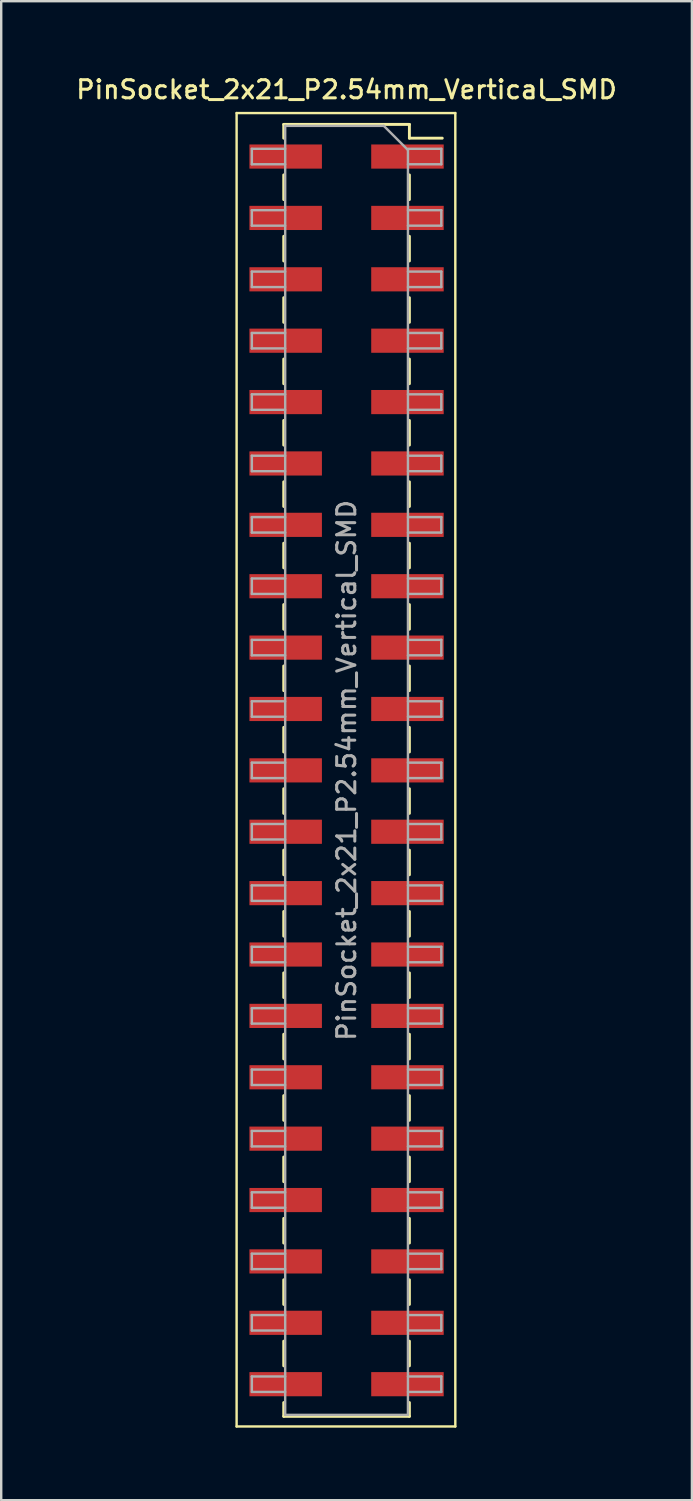
<source format=kicad_pcb>
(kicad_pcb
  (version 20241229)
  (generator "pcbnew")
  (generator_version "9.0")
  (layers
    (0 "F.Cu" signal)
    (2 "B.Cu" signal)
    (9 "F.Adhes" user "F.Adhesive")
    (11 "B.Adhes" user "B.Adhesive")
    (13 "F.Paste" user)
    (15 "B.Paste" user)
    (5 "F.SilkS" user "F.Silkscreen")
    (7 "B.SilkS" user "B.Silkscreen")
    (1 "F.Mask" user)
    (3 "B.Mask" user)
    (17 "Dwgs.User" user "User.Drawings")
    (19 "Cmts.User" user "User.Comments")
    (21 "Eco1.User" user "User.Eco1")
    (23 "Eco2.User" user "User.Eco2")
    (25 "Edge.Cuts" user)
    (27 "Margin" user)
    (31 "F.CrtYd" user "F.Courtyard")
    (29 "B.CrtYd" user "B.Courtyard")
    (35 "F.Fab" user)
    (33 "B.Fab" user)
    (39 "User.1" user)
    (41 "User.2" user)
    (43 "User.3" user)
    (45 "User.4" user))
  (footprint "PinSocket_2x21_P2.54mm_Vertical_SMD"
    (layer "F.Cu")
    (at 11.291 28.828)
    (property "Reference" "PinSocket_2x21_P2.54mm_Vertical_SMD" (at 0 -28.17 0) (layer "F.SilkS") (effects (font (size 0.75 0.75) (thickness 0.125))))
    (attr smd)
    (fp_line (start -4.55 -27.2) (end 4.5 -27.2) (stroke (width 0.1) (type solid)) (layer "F.SilkS"))
    (fp_line (start -4.55 27.15) (end -4.55 -27.2) (stroke (width 0.1) (type solid)) (layer "F.SilkS"))
    (fp_line (start -2.6 -26.73) (end -2.6 -26.16) (stroke (width 0.12) (type solid)) (layer "F.SilkS"))
    (fp_line (start -2.6 -26.73) (end 2.6 -26.73) (stroke (width 0.12) (type solid)) (layer "F.SilkS"))
    (fp_line (start -2.6 -24.64) (end -2.6 -23.62) (stroke (width 0.12) (type solid)) (layer "F.SilkS"))
    (fp_line (start -2.6 -22.1) (end -2.6 -21.08) (stroke (width 0.12) (type solid)) (layer "F.SilkS"))
    (fp_line (start -2.6 -19.56) (end -2.6 -18.54) (stroke (width 0.12) (type solid)) (layer "F.SilkS"))
    (fp_line (start -2.6 -17.02) (end -2.6 -16) (stroke (width 0.12) (type solid)) (layer "F.SilkS"))
    (fp_line (start -2.6 -14.48) (end -2.6 -13.46) (stroke (width 0.12) (type solid)) (layer "F.SilkS"))
    (fp_line (start -2.6 -11.94) (end -2.6 -10.92) (stroke (width 0.12) (type solid)) (layer "F.SilkS"))
    (fp_line (start -2.6 -9.4) (end -2.6 -8.38) (stroke (width 0.12) (type solid)) (layer "F.SilkS"))
    (fp_line (start -2.6 -6.86) (end -2.6 -5.84) (stroke (width 0.12) (type solid)) (layer "F.SilkS"))
    (fp_line (start -2.6 -4.32) (end -2.6 -3.3) (stroke (width 0.12) (type solid)) (layer "F.SilkS"))
    (fp_line (start -2.6 -1.78) (end -2.6 -0.76) (stroke (width 0.12) (type solid)) (layer "F.SilkS"))
    (fp_line (start -2.6 0.76) (end -2.6 1.78) (stroke (width 0.12) (type solid)) (layer "F.SilkS"))
    (fp_line (start -2.6 3.3) (end -2.6 4.32) (stroke (width 0.12) (type solid)) (layer "F.SilkS"))
    (fp_line (start -2.6 5.84) (end -2.6 6.86) (stroke (width 0.12) (type solid)) (layer "F.SilkS"))
    (fp_line (start -2.6 8.38) (end -2.6 9.4) (stroke (width 0.12) (type solid)) (layer "F.SilkS"))
    (fp_line (start -2.6 10.92) (end -2.6 11.94) (stroke (width 0.12) (type solid)) (layer "F.SilkS"))
    (fp_line (start -2.6 13.46) (end -2.6 14.48) (stroke (width 0.12) (type solid)) (layer "F.SilkS"))
    (fp_line (start -2.6 16) (end -2.6 17.02) (stroke (width 0.12) (type solid)) (layer "F.SilkS"))
    (fp_line (start -2.6 18.54) (end -2.6 19.56) (stroke (width 0.12) (type solid)) (layer "F.SilkS"))
    (fp_line (start -2.6 21.08) (end -2.6 22.1) (stroke (width 0.12) (type solid)) (layer "F.SilkS"))
    (fp_line (start -2.6 23.62) (end -2.6 24.64) (stroke (width 0.12) (type solid)) (layer "F.SilkS"))
    (fp_line (start -2.6 26.16) (end -2.6 26.73) (stroke (width 0.12) (type solid)) (layer "F.SilkS"))
    (fp_line (start -2.6 26.73) (end 2.6 26.73) (stroke (width 0.12) (type solid)) (layer "F.SilkS"))
    (fp_line (start 2.6 -26.73) (end 2.6 -26.16) (stroke (width 0.12) (type solid)) (layer "F.SilkS"))
    (fp_line (start 2.6 -26.16) (end 3.96 -26.16) (stroke (width 0.12) (type solid)) (layer "F.SilkS"))
    (fp_line (start 2.6 -24.64) (end 2.6 -23.62) (stroke (width 0.12) (type solid)) (layer "F.SilkS"))
    (fp_line (start 2.6 -22.1) (end 2.6 -21.08) (stroke (width 0.12) (type solid)) (layer "F.SilkS"))
    (fp_line (start 2.6 -19.56) (end 2.6 -18.54) (stroke (width 0.12) (type solid)) (layer "F.SilkS"))
    (fp_line (start 2.6 -17.02) (end 2.6 -16) (stroke (width 0.12) (type solid)) (layer "F.SilkS"))
    (fp_line (start 2.6 -14.48) (end 2.6 -13.46) (stroke (width 0.12) (type solid)) (layer "F.SilkS"))
    (fp_line (start 2.6 -11.94) (end 2.6 -10.92) (stroke (width 0.12) (type solid)) (layer "F.SilkS"))
    (fp_line (start 2.6 -9.4) (end 2.6 -8.38) (stroke (width 0.12) (type solid)) (layer "F.SilkS"))
    (fp_line (start 2.6 -6.86) (end 2.6 -5.84) (stroke (width 0.12) (type solid)) (layer "F.SilkS"))
    (fp_line (start 2.6 -4.32) (end 2.6 -3.3) (stroke (width 0.12) (type solid)) (layer "F.SilkS"))
    (fp_line (start 2.6 -1.78) (end 2.6 -0.76) (stroke (width 0.12) (type solid)) (layer "F.SilkS"))
    (fp_line (start 2.6 0.76) (end 2.6 1.78) (stroke (width 0.12) (type solid)) (layer "F.SilkS"))
    (fp_line (start 2.6 3.3) (end 2.6 4.32) (stroke (width 0.12) (type solid)) (layer "F.SilkS"))
    (fp_line (start 2.6 5.84) (end 2.6 6.86) (stroke (width 0.12) (type solid)) (layer "F.SilkS"))
    (fp_line (start 2.6 8.38) (end 2.6 9.4) (stroke (width 0.12) (type solid)) (layer "F.SilkS"))
    (fp_line (start 2.6 10.92) (end 2.6 11.94) (stroke (width 0.12) (type solid)) (layer "F.SilkS"))
    (fp_line (start 2.6 13.46) (end 2.6 14.48) (stroke (width 0.12) (type solid)) (layer "F.SilkS"))
    (fp_line (start 2.6 16) (end 2.6 17.02) (stroke (width 0.12) (type solid)) (layer "F.SilkS"))
    (fp_line (start 2.6 18.54) (end 2.6 19.56) (stroke (width 0.12) (type solid)) (layer "F.SilkS"))
    (fp_line (start 2.6 21.08) (end 2.6 22.1) (stroke (width 0.12) (type solid)) (layer "F.SilkS"))
    (fp_line (start 2.6 23.62) (end 2.6 24.64) (stroke (width 0.12) (type solid)) (layer "F.SilkS"))
    (fp_line (start 2.6 26.16) (end 2.6 26.73) (stroke (width 0.12) (type solid)) (layer "F.SilkS"))
    (fp_line (start 4.5 -27.2) (end 4.5 27.15) (stroke (width 0.1) (type solid)) (layer "F.SilkS"))
    (fp_line (start 4.5 27.15) (end -4.55 27.15) (stroke (width 0.1) (type solid)) (layer "F.SilkS"))
    (fp_line (start -3.92 -25.72) (end -2.54 -25.72) (stroke (width 0.1) (type solid)) (layer "F.Fab"))
    (fp_line (start -3.92 -25.08) (end -3.92 -25.72) (stroke (width 0.1) (type solid)) (layer "F.Fab"))
    (fp_line (start -3.92 -23.18) (end -2.54 -23.18) (stroke (width 0.1) (type solid)) (layer "F.Fab"))
    (fp_line (start -3.92 -22.54) (end -3.92 -23.18) (stroke (width 0.1) (type solid)) (layer "F.Fab"))
    (fp_line (start -3.92 -20.64) (end -2.54 -20.64) (stroke (width 0.1) (type solid)) (layer "F.Fab"))
    (fp_line (start -3.92 -20) (end -3.92 -20.64) (stroke (width 0.1) (type solid)) (layer "F.Fab"))
    (fp_line (start -3.92 -18.1) (end -2.54 -18.1) (stroke (width 0.1) (type solid)) (layer "F.Fab"))
    (fp_line (start -3.92 -17.46) (end -3.92 -18.1) (stroke (width 0.1) (type solid)) (layer "F.Fab"))
    (fp_line (start -3.92 -15.56) (end -2.54 -15.56) (stroke (width 0.1) (type solid)) (layer "F.Fab"))
    (fp_line (start -3.92 -14.92) (end -3.92 -15.56) (stroke (width 0.1) (type solid)) (layer "F.Fab"))
    (fp_line (start -3.92 -13.02) (end -2.54 -13.02) (stroke (width 0.1) (type solid)) (layer "F.Fab"))
    (fp_line (start -3.92 -12.38) (end -3.92 -13.02) (stroke (width 0.1) (type solid)) (layer "F.Fab"))
    (fp_line (start -3.92 -10.48) (end -2.54 -10.48) (stroke (width 0.1) (type solid)) (layer "F.Fab"))
    (fp_line (start -3.92 -9.84) (end -3.92 -10.48) (stroke (width 0.1) (type solid)) (layer "F.Fab"))
    (fp_line (start -3.92 -7.94) (end -2.54 -7.94) (stroke (width 0.1) (type solid)) (layer "F.Fab"))
    (fp_line (start -3.92 -7.3) (end -3.92 -7.94) (stroke (width 0.1) (type solid)) (layer "F.Fab"))
    (fp_line (start -3.92 -5.4) (end -2.54 -5.4) (stroke (width 0.1) (type solid)) (layer "F.Fab"))
    (fp_line (start -3.92 -4.76) (end -3.92 -5.4) (stroke (width 0.1) (type solid)) (layer "F.Fab"))
    (fp_line (start -3.92 -2.86) (end -2.54 -2.86) (stroke (width 0.1) (type solid)) (layer "F.Fab"))
    (fp_line (start -3.92 -2.22) (end -3.92 -2.86) (stroke (width 0.1) (type solid)) (layer "F.Fab"))
    (fp_line (start -3.92 -0.32) (end -2.54 -0.32) (stroke (width 0.1) (type solid)) (layer "F.Fab"))
    (fp_line (start -3.92 0.32) (end -3.92 -0.32) (stroke (width 0.1) (type solid)) (layer "F.Fab"))
    (fp_line (start -3.92 2.22) (end -2.54 2.22) (stroke (width 0.1) (type solid)) (layer "F.Fab"))
    (fp_line (start -3.92 2.86) (end -3.92 2.22) (stroke (width 0.1) (type solid)) (layer "F.Fab"))
    (fp_line (start -3.92 4.76) (end -2.54 4.76) (stroke (width 0.1) (type solid)) (layer "F.Fab"))
    (fp_line (start -3.92 5.4) (end -3.92 4.76) (stroke (width 0.1) (type solid)) (layer "F.Fab"))
    (fp_line (start -3.92 7.3) (end -2.54 7.3) (stroke (width 0.1) (type solid)) (layer "F.Fab"))
    (fp_line (start -3.92 7.94) (end -3.92 7.3) (stroke (width 0.1) (type solid)) (layer "F.Fab"))
    (fp_line (start -3.92 9.84) (end -2.54 9.84) (stroke (width 0.1) (type solid)) (layer "F.Fab"))
    (fp_line (start -3.92 10.48) (end -3.92 9.84) (stroke (width 0.1) (type solid)) (layer "F.Fab"))
    (fp_line (start -3.92 12.38) (end -2.54 12.38) (stroke (width 0.1) (type solid)) (layer "F.Fab"))
    (fp_line (start -3.92 13.02) (end -3.92 12.38) (stroke (width 0.1) (type solid)) (layer "F.Fab"))
    (fp_line (start -3.92 14.92) (end -2.54 14.92) (stroke (width 0.1) (type solid)) (layer "F.Fab"))
    (fp_line (start -3.92 15.56) (end -3.92 14.92) (stroke (width 0.1) (type solid)) (layer "F.Fab"))
    (fp_line (start -3.92 17.46) (end -2.54 17.46) (stroke (width 0.1) (type solid)) (layer "F.Fab"))
    (fp_line (start -3.92 18.1) (end -3.92 17.46) (stroke (width 0.1) (type solid)) (layer "F.Fab"))
    (fp_line (start -3.92 20) (end -2.54 20) (stroke (width 0.1) (type solid)) (layer "F.Fab"))
    (fp_line (start -3.92 20.64) (end -3.92 20) (stroke (width 0.1) (type solid)) (layer "F.Fab"))
    (fp_line (start -3.92 22.54) (end -2.54 22.54) (stroke (width 0.1) (type solid)) (layer "F.Fab"))
    (fp_line (start -3.92 23.18) (end -3.92 22.54) (stroke (width 0.1) (type solid)) (layer "F.Fab"))
    (fp_line (start -3.92 25.08) (end -2.54 25.08) (stroke (width 0.1) (type solid)) (layer "F.Fab"))
    (fp_line (start -3.92 25.72) (end -3.92 25.08) (stroke (width 0.1) (type solid)) (layer "F.Fab"))
    (fp_line (start -2.54 -26.67) (end 1.54 -26.67) (stroke (width 0.1) (type solid)) (layer "F.Fab"))
    (fp_line (start -2.54 -25.08) (end -3.92 -25.08) (stroke (width 0.1) (type solid)) (layer "F.Fab"))
    (fp_line (start -2.54 -22.54) (end -3.92 -22.54) (stroke (width 0.1) (type solid)) (layer "F.Fab"))
    (fp_line (start -2.54 -20) (end -3.92 -20) (stroke (width 0.1) (type solid)) (layer "F.Fab"))
    (fp_line (start -2.54 -17.46) (end -3.92 -17.46) (stroke (width 0.1) (type solid)) (layer "F.Fab"))
    (fp_line (start -2.54 -14.92) (end -3.92 -14.92) (stroke (width 0.1) (type solid)) (layer "F.Fab"))
    (fp_line (start -2.54 -12.38) (end -3.92 -12.38) (stroke (width 0.1) (type solid)) (layer "F.Fab"))
    (fp_line (start -2.54 -9.84) (end -3.92 -9.84) (stroke (width 0.1) (type solid)) (layer "F.Fab"))
    (fp_line (start -2.54 -7.3) (end -3.92 -7.3) (stroke (width 0.1) (type solid)) (layer "F.Fab"))
    (fp_line (start -2.54 -4.76) (end -3.92 -4.76) (stroke (width 0.1) (type solid)) (layer "F.Fab"))
    (fp_line (start -2.54 -2.22) (end -3.92 -2.22) (stroke (width 0.1) (type solid)) (layer "F.Fab"))
    (fp_line (start -2.54 0.32) (end -3.92 0.32) (stroke (width 0.1) (type solid)) (layer "F.Fab"))
    (fp_line (start -2.54 2.86) (end -3.92 2.86) (stroke (width 0.1) (type solid)) (layer "F.Fab"))
    (fp_line (start -2.54 5.4) (end -3.92 5.4) (stroke (width 0.1) (type solid)) (layer "F.Fab"))
    (fp_line (start -2.54 7.94) (end -3.92 7.94) (stroke (width 0.1) (type solid)) (layer "F.Fab"))
    (fp_line (start -2.54 10.48) (end -3.92 10.48) (stroke (width 0.1) (type solid)) (layer "F.Fab"))
    (fp_line (start -2.54 13.02) (end -3.92 13.02) (stroke (width 0.1) (type solid)) (layer "F.Fab"))
    (fp_line (start -2.54 15.56) (end -3.92 15.56) (stroke (width 0.1) (type solid)) (layer "F.Fab"))
    (fp_line (start -2.54 18.1) (end -3.92 18.1) (stroke (width 0.1) (type solid)) (layer "F.Fab"))
    (fp_line (start -2.54 20.64) (end -3.92 20.64) (stroke (width 0.1) (type solid)) (layer "F.Fab"))
    (fp_line (start -2.54 23.18) (end -3.92 23.18) (stroke (width 0.1) (type solid)) (layer "F.Fab"))
    (fp_line (start -2.54 25.72) (end -3.92 25.72) (stroke (width 0.1) (type solid)) (layer "F.Fab"))
    (fp_line (start -2.54 26.67) (end -2.54 -26.67) (stroke (width 0.1) (type solid)) (layer "F.Fab"))
    (fp_line (start 1.54 -26.67) (end 2.54 -25.67) (stroke (width 0.1) (type solid)) (layer "F.Fab"))
    (fp_line (start 2.54 -25.72) (end 3.92 -25.72) (stroke (width 0.1) (type solid)) (layer "F.Fab"))
    (fp_line (start 2.54 -25.67) (end 2.54 26.67) (stroke (width 0.1) (type solid)) (layer "F.Fab"))
    (fp_line (start 2.54 -23.18) (end 3.92 -23.18) (stroke (width 0.1) (type solid)) (layer "F.Fab"))
    (fp_line (start 2.54 -20.64) (end 3.92 -20.64) (stroke (width 0.1) (type solid)) (layer "F.Fab"))
    (fp_line (start 2.54 -18.1) (end 3.92 -18.1) (stroke (width 0.1) (type solid)) (layer "F.Fab"))
    (fp_line (start 2.54 -15.56) (end 3.92 -15.56) (stroke (width 0.1) (type solid)) (layer "F.Fab"))
    (fp_line (start 2.54 -13.02) (end 3.92 -13.02) (stroke (width 0.1) (type solid)) (layer "F.Fab"))
    (fp_line (start 2.54 -10.48) (end 3.92 -10.48) (stroke (width 0.1) (type solid)) (layer "F.Fab"))
    (fp_line (start 2.54 -7.94) (end 3.92 -7.94) (stroke (width 0.1) (type solid)) (layer "F.Fab"))
    (fp_line (start 2.54 -5.4) (end 3.92 -5.4) (stroke (width 0.1) (type solid)) (layer "F.Fab"))
    (fp_line (start 2.54 -2.86) (end 3.92 -2.86) (stroke (width 0.1) (type solid)) (layer "F.Fab"))
    (fp_line (start 2.54 -0.32) (end 3.92 -0.32) (stroke (width 0.1) (type solid)) (layer "F.Fab"))
    (fp_line (start 2.54 2.22) (end 3.92 2.22) (stroke (width 0.1) (type solid)) (layer "F.Fab"))
    (fp_line (start 2.54 4.76) (end 3.92 4.76) (stroke (width 0.1) (type solid)) (layer "F.Fab"))
    (fp_line (start 2.54 7.3) (end 3.92 7.3) (stroke (width 0.1) (type solid)) (layer "F.Fab"))
    (fp_line (start 2.54 9.84) (end 3.92 9.84) (stroke (width 0.1) (type solid)) (layer "F.Fab"))
    (fp_line (start 2.54 12.38) (end 3.92 12.38) (stroke (width 0.1) (type solid)) (layer "F.Fab"))
    (fp_line (start 2.54 14.92) (end 3.92 14.92) (stroke (width 0.1) (type solid)) (layer "F.Fab"))
    (fp_line (start 2.54 17.46) (end 3.92 17.46) (stroke (width 0.1) (type solid)) (layer "F.Fab"))
    (fp_line (start 2.54 20) (end 3.92 20) (stroke (width 0.1) (type solid)) (layer "F.Fab"))
    (fp_line (start 2.54 22.54) (end 3.92 22.54) (stroke (width 0.1) (type solid)) (layer "F.Fab"))
    (fp_line (start 2.54 25.08) (end 3.92 25.08) (stroke (width 0.1) (type solid)) (layer "F.Fab"))
    (fp_line (start 2.54 26.67) (end -2.54 26.67) (stroke (width 0.1) (type solid)) (layer "F.Fab"))
    (fp_line (start 3.92 -25.72) (end 3.92 -25.08) (stroke (width 0.1) (type solid)) (layer "F.Fab"))
    (fp_line (start 3.92 -25.08) (end 2.54 -25.08) (stroke (width 0.1) (type solid)) (layer "F.Fab"))
    (fp_line (start 3.92 -23.18) (end 3.92 -22.54) (stroke (width 0.1) (type solid)) (layer "F.Fab"))
    (fp_line (start 3.92 -22.54) (end 2.54 -22.54) (stroke (width 0.1) (type solid)) (layer "F.Fab"))
    (fp_line (start 3.92 -20.64) (end 3.92 -20) (stroke (width 0.1) (type solid)) (layer "F.Fab"))
    (fp_line (start 3.92 -20) (end 2.54 -20) (stroke (width 0.1) (type solid)) (layer "F.Fab"))
    (fp_line (start 3.92 -18.1) (end 3.92 -17.46) (stroke (width 0.1) (type solid)) (layer "F.Fab"))
    (fp_line (start 3.92 -17.46) (end 2.54 -17.46) (stroke (width 0.1) (type solid)) (layer "F.Fab"))
    (fp_line (start 3.92 -15.56) (end 3.92 -14.92) (stroke (width 0.1) (type solid)) (layer "F.Fab"))
    (fp_line (start 3.92 -14.92) (end 2.54 -14.92) (stroke (width 0.1) (type solid)) (layer "F.Fab"))
    (fp_line (start 3.92 -13.02) (end 3.92 -12.38) (stroke (width 0.1) (type solid)) (layer "F.Fab"))
    (fp_line (start 3.92 -12.38) (end 2.54 -12.38) (stroke (width 0.1) (type solid)) (layer "F.Fab"))
    (fp_line (start 3.92 -10.48) (end 3.92 -9.84) (stroke (width 0.1) (type solid)) (layer "F.Fab"))
    (fp_line (start 3.92 -9.84) (end 2.54 -9.84) (stroke (width 0.1) (type solid)) (layer "F.Fab"))
    (fp_line (start 3.92 -7.94) (end 3.92 -7.3) (stroke (width 0.1) (type solid)) (layer "F.Fab"))
    (fp_line (start 3.92 -7.3) (end 2.54 -7.3) (stroke (width 0.1) (type solid)) (layer "F.Fab"))
    (fp_line (start 3.92 -5.4) (end 3.92 -4.76) (stroke (width 0.1) (type solid)) (layer "F.Fab"))
    (fp_line (start 3.92 -4.76) (end 2.54 -4.76) (stroke (width 0.1) (type solid)) (layer "F.Fab"))
    (fp_line (start 3.92 -2.86) (end 3.92 -2.22) (stroke (width 0.1) (type solid)) (layer "F.Fab"))
    (fp_line (start 3.92 -2.22) (end 2.54 -2.22) (stroke (width 0.1) (type solid)) (layer "F.Fab"))
    (fp_line (start 3.92 -0.32) (end 3.92 0.32) (stroke (width 0.1) (type solid)) (layer "F.Fab"))
    (fp_line (start 3.92 0.32) (end 2.54 0.32) (stroke (width 0.1) (type solid)) (layer "F.Fab"))
    (fp_line (start 3.92 2.22) (end 3.92 2.86) (stroke (width 0.1) (type solid)) (layer "F.Fab"))
    (fp_line (start 3.92 2.86) (end 2.54 2.86) (stroke (width 0.1) (type solid)) (layer "F.Fab"))
    (fp_line (start 3.92 4.76) (end 3.92 5.4) (stroke (width 0.1) (type solid)) (layer "F.Fab"))
    (fp_line (start 3.92 5.4) (end 2.54 5.4) (stroke (width 0.1) (type solid)) (layer "F.Fab"))
    (fp_line (start 3.92 7.3) (end 3.92 7.94) (stroke (width 0.1) (type solid)) (layer "F.Fab"))
    (fp_line (start 3.92 7.94) (end 2.54 7.94) (stroke (width 0.1) (type solid)) (layer "F.Fab"))
    (fp_line (start 3.92 9.84) (end 3.92 10.48) (stroke (width 0.1) (type solid)) (layer "F.Fab"))
    (fp_line (start 3.92 10.48) (end 2.54 10.48) (stroke (width 0.1) (type solid)) (layer "F.Fab"))
    (fp_line (start 3.92 12.38) (end 3.92 13.02) (stroke (width 0.1) (type solid)) (layer "F.Fab"))
    (fp_line (start 3.92 13.02) (end 2.54 13.02) (stroke (width 0.1) (type solid)) (layer "F.Fab"))
    (fp_line (start 3.92 14.92) (end 3.92 15.56) (stroke (width 0.1) (type solid)) (layer "F.Fab"))
    (fp_line (start 3.92 15.56) (end 2.54 15.56) (stroke (width 0.1) (type solid)) (layer "F.Fab"))
    (fp_line (start 3.92 17.46) (end 3.92 18.1) (stroke (width 0.1) (type solid)) (layer "F.Fab"))
    (fp_line (start 3.92 18.1) (end 2.54 18.1) (stroke (width 0.1) (type solid)) (layer "F.Fab"))
    (fp_line (start 3.92 20) (end 3.92 20.64) (stroke (width 0.1) (type solid)) (layer "F.Fab"))
    (fp_line (start 3.92 20.64) (end 2.54 20.64) (stroke (width 0.1) (type solid)) (layer "F.Fab"))
    (fp_line (start 3.92 22.54) (end 3.92 23.18) (stroke (width 0.1) (type solid)) (layer "F.Fab"))
    (fp_line (start 3.92 23.18) (end 2.54 23.18) (stroke (width 0.1) (type solid)) (layer "F.Fab"))
    (fp_line (start 3.92 25.08) (end 3.92 25.72) (stroke (width 0.1) (type solid)) (layer "F.Fab"))
    (fp_line (start 3.92 25.72) (end 2.54 25.72) (stroke (width 0.1) (type solid)) (layer "F.Fab"))
    (fp_text user "${REFERENCE}" (at 0 0 90) (layer "F.Fab") (effects (font (size 0.75 0.75) (thickness 0.125))))
    (pad "1" smd rect (at 2.52 -25.4) (size 3 1) (layers "F.Cu" "F.Mask" "F.Paste"))
    (pad "2" smd rect (at -2.52 -25.4) (size 3 1) (layers "F.Cu" "F.Mask" "F.Paste"))
    (pad "3" smd rect (at 2.52 -22.86) (size 3 1) (layers "F.Cu" "F.Mask" "F.Paste"))
    (pad "4" smd rect (at -2.52 -22.86) (size 3 1) (layers "F.Cu" "F.Mask" "F.Paste"))
    (pad "5" smd rect (at 2.52 -20.32) (size 3 1) (layers "F.Cu" "F.Mask" "F.Paste"))
    (pad "6" smd rect (at -2.52 -20.32) (size 3 1) (layers "F.Cu" "F.Mask" "F.Paste"))
    (pad "7" smd rect (at 2.52 -17.78) (size 3 1) (layers "F.Cu" "F.Mask" "F.Paste"))
    (pad "8" smd rect (at -2.52 -17.78) (size 3 1) (layers "F.Cu" "F.Mask" "F.Paste"))
    (pad "9" smd rect (at 2.52 -15.24) (size 3 1) (layers "F.Cu" "F.Mask" "F.Paste"))
    (pad "10" smd rect (at -2.52 -15.24) (size 3 1) (layers "F.Cu" "F.Mask" "F.Paste"))
    (pad "11" smd rect (at 2.52 -12.7) (size 3 1) (layers "F.Cu" "F.Mask" "F.Paste"))
    (pad "12" smd rect (at -2.52 -12.7) (size 3 1) (layers "F.Cu" "F.Mask" "F.Paste"))
    (pad "13" smd rect (at 2.52 -10.16) (size 3 1) (layers "F.Cu" "F.Mask" "F.Paste"))
    (pad "14" smd rect (at -2.52 -10.16) (size 3 1) (layers "F.Cu" "F.Mask" "F.Paste"))
    (pad "15" smd rect (at 2.52 -7.62) (size 3 1) (layers "F.Cu" "F.Mask" "F.Paste"))
    (pad "16" smd rect (at -2.52 -7.62) (size 3 1) (layers "F.Cu" "F.Mask" "F.Paste"))
    (pad "17" smd rect (at 2.52 -5.08) (size 3 1) (layers "F.Cu" "F.Mask" "F.Paste"))
    (pad "18" smd rect (at -2.52 -5.08) (size 3 1) (layers "F.Cu" "F.Mask" "F.Paste"))
    (pad "19" smd rect (at 2.52 -2.54) (size 3 1) (layers "F.Cu" "F.Mask" "F.Paste"))
    (pad "20" smd rect (at -2.52 -2.54) (size 3 1) (layers "F.Cu" "F.Mask" "F.Paste"))
    (pad "21" smd rect (at 2.52 0) (size 3 1) (layers "F.Cu" "F.Mask" "F.Paste"))
    (pad "22" smd rect (at -2.52 0) (size 3 1) (layers "F.Cu" "F.Mask" "F.Paste"))
    (pad "23" smd rect (at 2.52 2.54) (size 3 1) (layers "F.Cu" "F.Mask" "F.Paste"))
    (pad "24" smd rect (at -2.52 2.54) (size 3 1) (layers "F.Cu" "F.Mask" "F.Paste"))
    (pad "25" smd rect (at 2.52 5.08) (size 3 1) (layers "F.Cu" "F.Mask" "F.Paste"))
    (pad "26" smd rect (at -2.52 5.08) (size 3 1) (layers "F.Cu" "F.Mask" "F.Paste"))
    (pad "27" smd rect (at 2.52 7.62) (size 3 1) (layers "F.Cu" "F.Mask" "F.Paste"))
    (pad "28" smd rect (at -2.52 7.62) (size 3 1) (layers "F.Cu" "F.Mask" "F.Paste"))
    (pad "29" smd rect (at 2.52 10.16) (size 3 1) (layers "F.Cu" "F.Mask" "F.Paste"))
    (pad "30" smd rect (at -2.52 10.16) (size 3 1) (layers "F.Cu" "F.Mask" "F.Paste"))
    (pad "31" smd rect (at 2.52 12.7) (size 3 1) (layers "F.Cu" "F.Mask" "F.Paste"))
    (pad "32" smd rect (at -2.52 12.7) (size 3 1) (layers "F.Cu" "F.Mask" "F.Paste"))
    (pad "33" smd rect (at 2.52 15.24) (size 3 1) (layers "F.Cu" "F.Mask" "F.Paste"))
    (pad "34" smd rect (at -2.52 15.24) (size 3 1) (layers "F.Cu" "F.Mask" "F.Paste"))
    (pad "35" smd rect (at 2.52 17.78) (size 3 1) (layers "F.Cu" "F.Mask" "F.Paste"))
    (pad "36" smd rect (at -2.52 17.78) (size 3 1) (layers "F.Cu" "F.Mask" "F.Paste"))
    (pad "37" smd rect (at 2.52 20.32) (size 3 1) (layers "F.Cu" "F.Mask" "F.Paste"))
    (pad "38" smd rect (at -2.52 20.32) (size 3 1) (layers "F.Cu" "F.Mask" "F.Paste"))
    (pad "39" smd rect (at 2.52 22.86) (size 3 1) (layers "F.Cu" "F.Mask" "F.Paste"))
    (pad "40" smd rect (at -2.52 22.86) (size 3 1) (layers "F.Cu" "F.Mask" "F.Paste"))
    (pad "41" smd rect (at 2.52 25.4) (size 3 1) (layers "F.Cu" "F.Mask" "F.Paste"))
    (pad "42" smd rect (at -2.52 25.4) (size 3 1) (layers "F.Cu" "F.Mask" "F.Paste")))
  (gr_rect
    (start -3 -3)
    (end 25.582 59.028)
    (stroke (width 0.1) (type default))
    (fill no)
    (layer "Edge.Cuts")))
</source>
